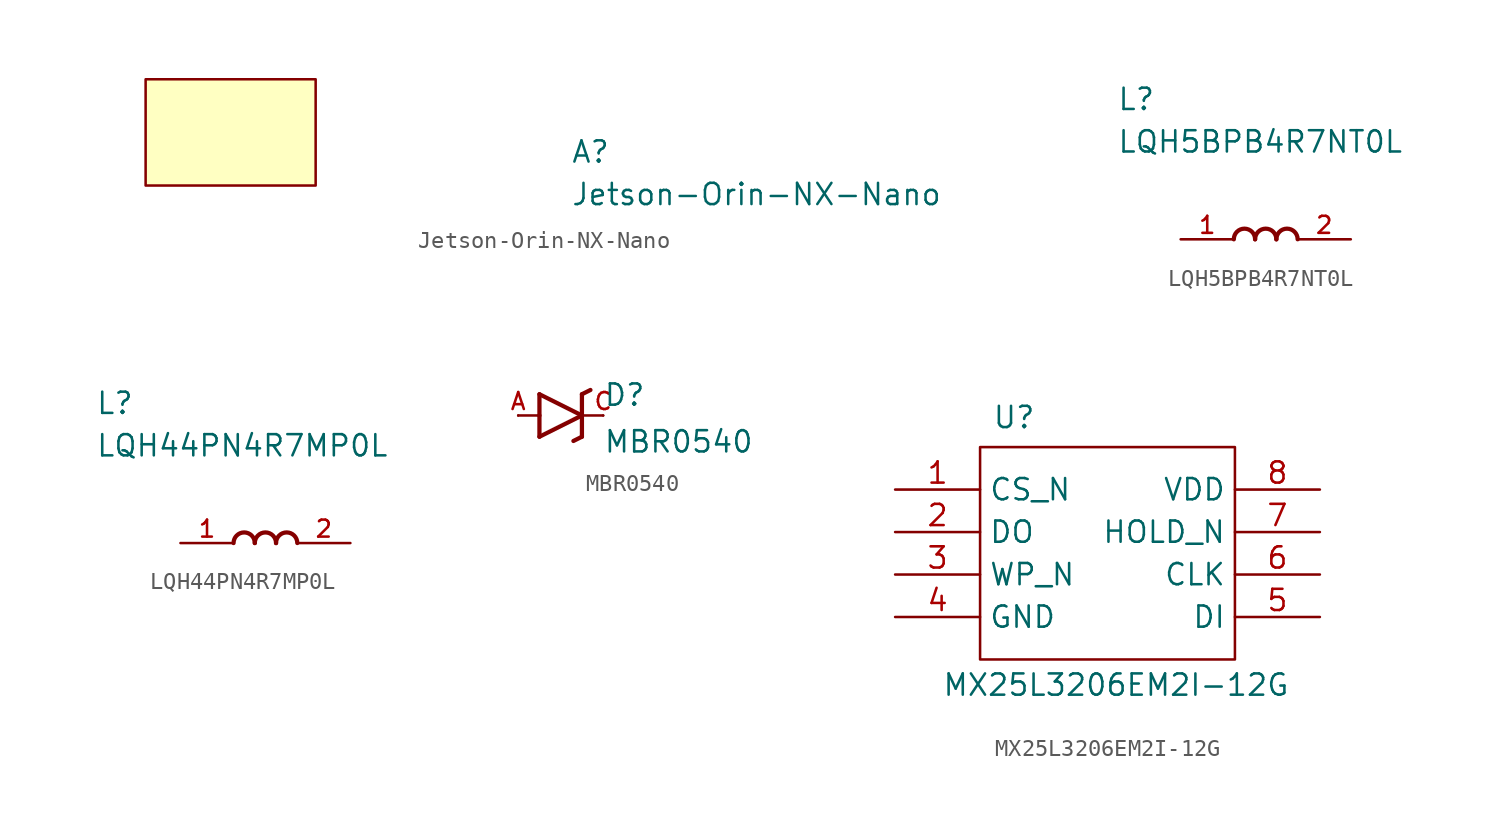
<source format=kicad_sym>
(kicad_symbol_lib
  (version 20231120)
  (generator "kicad_symbol_editor")
  (generator_version "8.0")
  (symbol "Jetson-Orin-NX-Nano"
    (pin_names
      (offset 1.016))
    (property "Reference" "A"
      (at 25.4 -5.08 0)
      (effects (font (size 1.27 1.27) (thickness 0.15)) (justify left bottom)))
    (property "Value" "Jetson-Orin-NX-Nano"
      (at 25.4 -7.62 0)
      (effects (font (size 1.27 1.27) (thickness 0.15)) (justify left bottom)))
    (symbol "Jetson-Orin-NX-Nano_0_1"
      (rectangle (start 10.16 -6.35) (end 0 0) (stroke (width 0) (type default)) (fill (type background)))))
  (symbol "LQH5BPB4R7NT0L"
    (pin_names
      (offset 1.016))
    (property "Reference" "L"
      (at -10.16 7.62 0)
      (effects (font (size 1.27 1.27)) (justify left bottom)))
    (property "Value" "LQH5BPB4R7NT0L"
      (at -10.16 5.08 0)
      (effects (font (size 1.27 1.27)) (justify left bottom)))
    (symbol "LQH5BPB4R7NT0L_0_0"
      (arc (start -1.905 0) (mid -2.54 0.635) (end -3.175 0) (stroke (width 0.254) (type default)) (fill (type none)))
      (arc (start -0.635 0) (mid -1.27 0.635) (end -1.905 0) (stroke (width 0.254) (type default)) (fill (type none)))
      (arc (start 0.635 0.0027) (mid -0.0027 0.635) (end -0.635 -0.0028) (stroke (width 0.254) (type default)) (fill (type none)))
      (pin passive line (at -6.35 0 0) (length 3.175) (name "~" (effects (font (size 1.016 1.016)))) (number "1" (effects (font (size 1.016 1.016)))))
      (pin passive line (at 3.81 0 180) (length 3.175) (name "~" (effects (font (size 1.016 1.016)))) (number "2" (effects (font (size 1.016 1.016)))))))
  (symbol "LQH44PN4R7MP0L"
    (pin_names
      (offset 1.016))
    (property "Reference" "L"
      (at -10.16 7.62 0)
      (effects (font (size 1.27 1.27)) (justify left bottom)))
    (property "Value" "LQH44PN4R7MP0L"
      (at -10.16 5.08 0)
      (effects (font (size 1.27 1.27)) (justify left bottom)))
    (symbol "LQH44PN4R7MP0L_0_0"
      (arc (start -0.635 0) (mid -1.27 0.635) (end -1.905 0) (stroke (width 0.254) (type default)) (fill (type none)))
      (arc (start 0.635 0) (mid 0 0.635) (end -0.635 0) (stroke (width 0.254) (type default)) (fill (type none)))
      (arc (start 1.905 0.0027) (mid 1.2673 0.635) (end 0.635 -0.0028) (stroke (width 0.254) (type default)) (fill (type none)))
      (pin passive line (at -5.08 0 0) (length 3.175) (name "~" (effects (font (size 1.016 1.016)))) (number "1" (effects (font (size 1.016 1.016)))))
      (pin passive line (at 5.08 0 180) (length 3.175) (name "~" (effects (font (size 1.016 1.016)))) (number "2" (effects (font (size 1.016 1.016)))))))
  (symbol "MBR0540"
    (pin_names
      (offset 1.016))
    (property "Reference" "D"
      (at 2.54 0.483 0)
      (effects (font (size 1.27 1.27)) (justify left bottom)))
    (property "Value" "MBR0540"
      (at 2.54 -2.311 0)
      (effects (font (size 1.27 1.27)) (justify left bottom)))
    (symbol "MBR0540_0_0"
      (polyline (pts (xy -2.54 0) (xy -1.27 0)) (stroke (width 0.152) (type default)) (fill (type none)))
      (polyline (pts (xy -1.27 -1.27) (xy 1.27 0)) (stroke (width 0.254) (type default)) (fill (type none)))
      (polyline (pts (xy -1.27 0) (xy -1.27 -1.27)) (stroke (width 0.254) (type default)) (fill (type none)))
      (polyline (pts (xy -1.27 1.27) (xy -1.27 0)) (stroke (width 0.254) (type default)) (fill (type none)))
      (polyline (pts (xy 1.27 -1.27) (xy 0.762 -1.524)) (stroke (width 0.254) (type default)) (fill (type none)))
      (polyline (pts (xy 1.27 0) (xy -1.27 1.27)) (stroke (width 0.254) (type default)) (fill (type none)))
      (polyline (pts (xy 1.27 0) (xy 1.27 -1.27)) (stroke (width 0.254) (type default)) (fill (type none)))
      (polyline (pts (xy 1.27 1.27) (xy 1.27 0)) (stroke (width 0.254) (type default)) (fill (type none)))
      (polyline (pts (xy 1.27 1.27) (xy 1.778 1.524)) (stroke (width 0.254) (type default)) (fill (type none)))
      (polyline (pts (xy 2.54 0) (xy 1.27 0)) (stroke (width 0.152) (type default)) (fill (type none)))
      (pin passive line (at -2.54 0 0) (length 0) (name "~" (effects (font (size 1.016 1.016)))) (number "A" (effects (font (size 1.016 1.016)))))
      (pin passive line (at 2.54 0 180) (length 0) (name "~" (effects (font (size 1.016 1.016)))) (number "C" (effects (font (size 1.016 1.016)))))))
  (symbol "MX25L3206EM2I-12G"
    (property "Reference" "U"
      (at -1.778 17.018 0)
      (effects (font (size 1.27 1.27))))
    (property "Value" "MX25L3206EM2I-12G"
      (at 4.318 1.016 0)
      (effects (font (size 1.27 1.27))))
    (symbol "MX25L3206EM2I-12G_0_1"
      (rectangle (start -3.81 15.24) (end 11.43 2.54) (stroke (width 0) (type default)) (fill (type none))))
    (symbol "MX25L3206EM2I-12G_1_1"
      (pin input line (at -8.89 12.7 0) (length 5.08) (name "CS_N" (effects (font (size 1.27 1.27)))) (number "1" (effects (font (size 1.27 1.27)))))
      (pin input line (at -8.89 10.16 0) (length 5.08) (name "DO" (effects (font (size 1.27 1.27)))) (number "2" (effects (font (size 1.27 1.27)))))
      (pin input line (at -8.89 7.62 0) (length 5.08) (name "WP_N" (effects (font (size 1.27 1.27)))) (number "3" (effects (font (size 1.27 1.27)))))
      (pin input line (at -8.89 5.08 0) (length 5.08) (name "GND" (effects (font (size 1.27 1.27)))) (number "4" (effects (font (size 1.27 1.27)))))
      (pin input line (at 16.51 5.08 180) (length 5.08) (name "DI" (effects (font (size 1.27 1.27)))) (number "5" (effects (font (size 1.27 1.27)))))
      (pin input line (at 16.51 7.62 180) (length 5.08) (name "CLK" (effects (font (size 1.27 1.27)))) (number "6" (effects (font (size 1.27 1.27)))))
      (pin input line (at 16.51 10.16 180) (length 5.08) (name "HOLD_N" (effects (font (size 1.27 1.27)))) (number "7" (effects (font (size 1.27 1.27)))))
      (pin input line (at 16.51 12.7 180) (length 5.08) (name "VDD" (effects (font (size 1.27 1.27)))) (number "8" (effects (font (size 1.27 1.27))))))))
</source>
